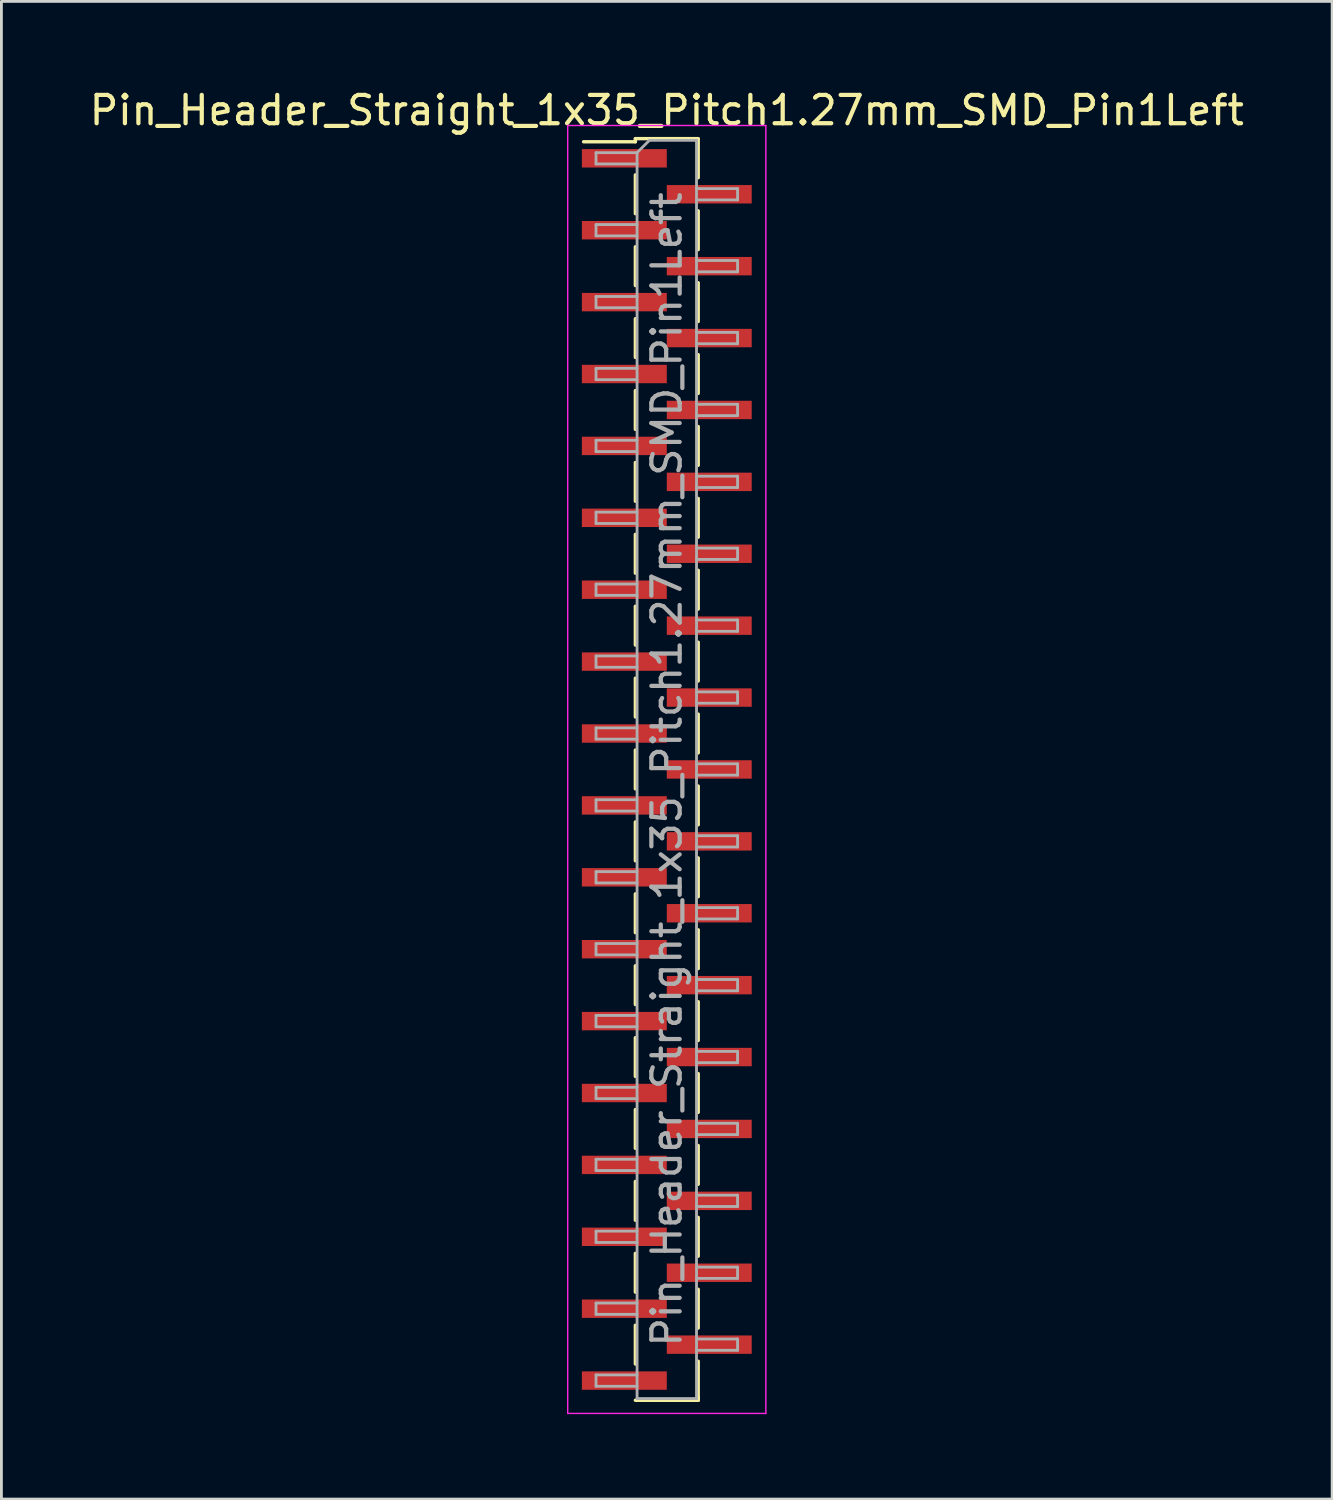
<source format=kicad_pcb>
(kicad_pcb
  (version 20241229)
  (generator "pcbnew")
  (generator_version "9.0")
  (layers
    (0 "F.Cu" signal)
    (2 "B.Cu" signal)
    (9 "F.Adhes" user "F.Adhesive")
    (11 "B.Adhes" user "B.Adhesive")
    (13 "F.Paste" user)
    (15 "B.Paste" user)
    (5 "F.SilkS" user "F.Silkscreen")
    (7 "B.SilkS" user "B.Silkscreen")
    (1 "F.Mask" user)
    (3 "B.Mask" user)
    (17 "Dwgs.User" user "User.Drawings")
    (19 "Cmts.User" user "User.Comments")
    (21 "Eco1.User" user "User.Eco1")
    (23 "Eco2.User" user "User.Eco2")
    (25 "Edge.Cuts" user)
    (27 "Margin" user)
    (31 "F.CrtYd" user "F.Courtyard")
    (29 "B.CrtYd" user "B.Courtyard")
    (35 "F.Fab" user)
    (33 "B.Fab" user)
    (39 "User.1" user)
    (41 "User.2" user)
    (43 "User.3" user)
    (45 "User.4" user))
  (footprint "Pin_Header_Straight_1x35_Pitch1.27mm_SMD_Pin1Left"
    (layer "F.Cu")
    (at 20.506 24.133)
    (property "Reference" "Pin_Header_Straight_1x35_Pitch1.27mm_SMD_Pin1Left" (at 0 -23.285 0) (layer "F.SilkS") (effects (font (size 1 1) (thickness 0.15))))
    (attr smd)
    (fp_line (start -1.11 -22.285) (end -1.11 -22.175) (stroke (width 0.12) (type solid)) (layer "F.SilkS"))
    (fp_line (start -1.11 -22.285) (end 1.11 -22.285) (stroke (width 0.12) (type solid)) (layer "F.SilkS"))
    (fp_line (start -1.11 -22.175) (end -2.94 -22.175) (stroke (width 0.12) (type solid)) (layer "F.SilkS"))
    (fp_line (start -1.11 -21.005) (end -1.11 -19.635) (stroke (width 0.12) (type solid)) (layer "F.SilkS"))
    (fp_line (start -1.11 -18.465) (end -1.11 -17.095) (stroke (width 0.12) (type solid)) (layer "F.SilkS"))
    (fp_line (start -1.11 -15.925) (end -1.11 -14.555) (stroke (width 0.12) (type solid)) (layer "F.SilkS"))
    (fp_line (start -1.11 -13.385) (end -1.11 -12.015) (stroke (width 0.12) (type solid)) (layer "F.SilkS"))
    (fp_line (start -1.11 -10.845) (end -1.11 -9.475) (stroke (width 0.12) (type solid)) (layer "F.SilkS"))
    (fp_line (start -1.11 -8.305) (end -1.11 -6.935) (stroke (width 0.12) (type solid)) (layer "F.SilkS"))
    (fp_line (start -1.11 -5.765) (end -1.11 -4.395) (stroke (width 0.12) (type solid)) (layer "F.SilkS"))
    (fp_line (start -1.11 -3.225) (end -1.11 -1.855) (stroke (width 0.12) (type solid)) (layer "F.SilkS"))
    (fp_line (start -1.11 -0.685) (end -1.11 0.685) (stroke (width 0.12) (type solid)) (layer "F.SilkS"))
    (fp_line (start -1.11 1.855) (end -1.11 3.225) (stroke (width 0.12) (type solid)) (layer "F.SilkS"))
    (fp_line (start -1.11 4.395) (end -1.11 5.765) (stroke (width 0.12) (type solid)) (layer "F.SilkS"))
    (fp_line (start -1.11 6.935) (end -1.11 8.305) (stroke (width 0.12) (type solid)) (layer "F.SilkS"))
    (fp_line (start -1.11 9.475) (end -1.11 10.845) (stroke (width 0.12) (type solid)) (layer "F.SilkS"))
    (fp_line (start -1.11 12.015) (end -1.11 13.385) (stroke (width 0.12) (type solid)) (layer "F.SilkS"))
    (fp_line (start -1.11 14.555) (end -1.11 15.925) (stroke (width 0.12) (type solid)) (layer "F.SilkS"))
    (fp_line (start -1.11 17.095) (end -1.11 18.465) (stroke (width 0.12) (type solid)) (layer "F.SilkS"))
    (fp_line (start -1.11 19.635) (end -1.11 21.005) (stroke (width 0.12) (type solid)) (layer "F.SilkS"))
    (fp_line (start -1.11 22.285) (end 1.11 22.285) (stroke (width 0.12) (type solid)) (layer "F.SilkS"))
    (fp_line (start 1.11 -22.275) (end 1.11 -20.905) (stroke (width 0.12) (type solid)) (layer "F.SilkS"))
    (fp_line (start 1.11 -19.735) (end 1.11 -18.365) (stroke (width 0.12) (type solid)) (layer "F.SilkS"))
    (fp_line (start 1.11 -17.195) (end 1.11 -15.825) (stroke (width 0.12) (type solid)) (layer "F.SilkS"))
    (fp_line (start 1.11 -14.655) (end 1.11 -13.285) (stroke (width 0.12) (type solid)) (layer "F.SilkS"))
    (fp_line (start 1.11 -12.115) (end 1.11 -10.745) (stroke (width 0.12) (type solid)) (layer "F.SilkS"))
    (fp_line (start 1.11 -9.575) (end 1.11 -8.205) (stroke (width 0.12) (type solid)) (layer "F.SilkS"))
    (fp_line (start 1.11 -7.035) (end 1.11 -5.665) (stroke (width 0.12) (type solid)) (layer "F.SilkS"))
    (fp_line (start 1.11 -4.495) (end 1.11 -3.125) (stroke (width 0.12) (type solid)) (layer "F.SilkS"))
    (fp_line (start 1.11 -1.955) (end 1.11 -0.585) (stroke (width 0.12) (type solid)) (layer "F.SilkS"))
    (fp_line (start 1.11 0.585) (end 1.11 1.955) (stroke (width 0.12) (type solid)) (layer "F.SilkS"))
    (fp_line (start 1.11 3.125) (end 1.11 4.495) (stroke (width 0.12) (type solid)) (layer "F.SilkS"))
    (fp_line (start 1.11 5.665) (end 1.11 7.035) (stroke (width 0.12) (type solid)) (layer "F.SilkS"))
    (fp_line (start 1.11 8.205) (end 1.11 9.575) (stroke (width 0.12) (type solid)) (layer "F.SilkS"))
    (fp_line (start 1.11 10.745) (end 1.11 12.115) (stroke (width 0.12) (type solid)) (layer "F.SilkS"))
    (fp_line (start 1.11 13.285) (end 1.11 14.655) (stroke (width 0.12) (type solid)) (layer "F.SilkS"))
    (fp_line (start 1.11 15.825) (end 1.11 17.195) (stroke (width 0.12) (type solid)) (layer "F.SilkS"))
    (fp_line (start 1.11 18.365) (end 1.11 19.735) (stroke (width 0.12) (type solid)) (layer "F.SilkS"))
    (fp_line (start 1.11 20.905) (end 1.11 22.275) (stroke (width 0.12) (type solid)) (layer "F.SilkS"))
    (fp_line (start 1.11 22.175) (end 1.11 22.285) (stroke (width 0.12) (type solid)) (layer "F.SilkS"))
    (fp_line (start -3.5 -22.75) (end -3.5 22.75) (stroke (width 0.05) (type solid)) (layer "F.CrtYd"))
    (fp_line (start -3.5 22.75) (end 3.5 22.75) (stroke (width 0.05) (type solid)) (layer "F.CrtYd"))
    (fp_line (start 3.5 -22.75) (end -3.5 -22.75) (stroke (width 0.05) (type solid)) (layer "F.CrtYd"))
    (fp_line (start 3.5 22.75) (end 3.5 -22.75) (stroke (width 0.05) (type solid)) (layer "F.CrtYd"))
    (fp_line (start -2.5 -21.79) (end -2.5 -21.39) (stroke (width 0.1) (type solid)) (layer "F.Fab"))
    (fp_line (start -2.5 -21.39) (end -1.05 -21.39) (stroke (width 0.1) (type solid)) (layer "F.Fab"))
    (fp_line (start -2.5 -19.25) (end -2.5 -18.85) (stroke (width 0.1) (type solid)) (layer "F.Fab"))
    (fp_line (start -2.5 -18.85) (end -1.05 -18.85) (stroke (width 0.1) (type solid)) (layer "F.Fab"))
    (fp_line (start -2.5 -16.71) (end -2.5 -16.31) (stroke (width 0.1) (type solid)) (layer "F.Fab"))
    (fp_line (start -2.5 -16.31) (end -1.05 -16.31) (stroke (width 0.1) (type solid)) (layer "F.Fab"))
    (fp_line (start -2.5 -14.17) (end -2.5 -13.77) (stroke (width 0.1) (type solid)) (layer "F.Fab"))
    (fp_line (start -2.5 -13.77) (end -1.05 -13.77) (stroke (width 0.1) (type solid)) (layer "F.Fab"))
    (fp_line (start -2.5 -11.63) (end -2.5 -11.23) (stroke (width 0.1) (type solid)) (layer "F.Fab"))
    (fp_line (start -2.5 -11.23) (end -1.05 -11.23) (stroke (width 0.1) (type solid)) (layer "F.Fab"))
    (fp_line (start -2.5 -9.09) (end -2.5 -8.69) (stroke (width 0.1) (type solid)) (layer "F.Fab"))
    (fp_line (start -2.5 -8.69) (end -1.05 -8.69) (stroke (width 0.1) (type solid)) (layer "F.Fab"))
    (fp_line (start -2.5 -6.55) (end -2.5 -6.15) (stroke (width 0.1) (type solid)) (layer "F.Fab"))
    (fp_line (start -2.5 -6.15) (end -1.05 -6.15) (stroke (width 0.1) (type solid)) (layer "F.Fab"))
    (fp_line (start -2.5 -4.01) (end -2.5 -3.61) (stroke (width 0.1) (type solid)) (layer "F.Fab"))
    (fp_line (start -2.5 -3.61) (end -1.05 -3.61) (stroke (width 0.1) (type solid)) (layer "F.Fab"))
    (fp_line (start -2.5 -1.47) (end -2.5 -1.07) (stroke (width 0.1) (type solid)) (layer "F.Fab"))
    (fp_line (start -2.5 -1.07) (end -1.05 -1.07) (stroke (width 0.1) (type solid)) (layer "F.Fab"))
    (fp_line (start -2.5 1.07) (end -2.5 1.47) (stroke (width 0.1) (type solid)) (layer "F.Fab"))
    (fp_line (start -2.5 1.47) (end -1.05 1.47) (stroke (width 0.1) (type solid)) (layer "F.Fab"))
    (fp_line (start -2.5 3.61) (end -2.5 4.01) (stroke (width 0.1) (type solid)) (layer "F.Fab"))
    (fp_line (start -2.5 4.01) (end -1.05 4.01) (stroke (width 0.1) (type solid)) (layer "F.Fab"))
    (fp_line (start -2.5 6.15) (end -2.5 6.55) (stroke (width 0.1) (type solid)) (layer "F.Fab"))
    (fp_line (start -2.5 6.55) (end -1.05 6.55) (stroke (width 0.1) (type solid)) (layer "F.Fab"))
    (fp_line (start -2.5 8.69) (end -2.5 9.09) (stroke (width 0.1) (type solid)) (layer "F.Fab"))
    (fp_line (start -2.5 9.09) (end -1.05 9.09) (stroke (width 0.1) (type solid)) (layer "F.Fab"))
    (fp_line (start -2.5 11.23) (end -2.5 11.63) (stroke (width 0.1) (type solid)) (layer "F.Fab"))
    (fp_line (start -2.5 11.63) (end -1.05 11.63) (stroke (width 0.1) (type solid)) (layer "F.Fab"))
    (fp_line (start -2.5 13.77) (end -2.5 14.17) (stroke (width 0.1) (type solid)) (layer "F.Fab"))
    (fp_line (start -2.5 14.17) (end -1.05 14.17) (stroke (width 0.1) (type solid)) (layer "F.Fab"))
    (fp_line (start -2.5 16.31) (end -2.5 16.71) (stroke (width 0.1) (type solid)) (layer "F.Fab"))
    (fp_line (start -2.5 16.71) (end -1.05 16.71) (stroke (width 0.1) (type solid)) (layer "F.Fab"))
    (fp_line (start -2.5 18.85) (end -2.5 19.25) (stroke (width 0.1) (type solid)) (layer "F.Fab"))
    (fp_line (start -2.5 19.25) (end -1.05 19.25) (stroke (width 0.1) (type solid)) (layer "F.Fab"))
    (fp_line (start -2.5 21.39) (end -2.5 21.79) (stroke (width 0.1) (type solid)) (layer "F.Fab"))
    (fp_line (start -2.5 21.79) (end -1.05 21.79) (stroke (width 0.1) (type solid)) (layer "F.Fab"))
    (fp_line (start -1.05 -21.79) (end -2.5 -21.79) (stroke (width 0.1) (type solid)) (layer "F.Fab"))
    (fp_line (start -1.05 -21.79) (end -0.615 -22.225) (stroke (width 0.1) (type solid)) (layer "F.Fab"))
    (fp_line (start -1.05 -19.25) (end -2.5 -19.25) (stroke (width 0.1) (type solid)) (layer "F.Fab"))
    (fp_line (start -1.05 -16.71) (end -2.5 -16.71) (stroke (width 0.1) (type solid)) (layer "F.Fab"))
    (fp_line (start -1.05 -14.17) (end -2.5 -14.17) (stroke (width 0.1) (type solid)) (layer "F.Fab"))
    (fp_line (start -1.05 -11.63) (end -2.5 -11.63) (stroke (width 0.1) (type solid)) (layer "F.Fab"))
    (fp_line (start -1.05 -9.09) (end -2.5 -9.09) (stroke (width 0.1) (type solid)) (layer "F.Fab"))
    (fp_line (start -1.05 -6.55) (end -2.5 -6.55) (stroke (width 0.1) (type solid)) (layer "F.Fab"))
    (fp_line (start -1.05 -4.01) (end -2.5 -4.01) (stroke (width 0.1) (type solid)) (layer "F.Fab"))
    (fp_line (start -1.05 -1.47) (end -2.5 -1.47) (stroke (width 0.1) (type solid)) (layer "F.Fab"))
    (fp_line (start -1.05 1.07) (end -2.5 1.07) (stroke (width 0.1) (type solid)) (layer "F.Fab"))
    (fp_line (start -1.05 3.61) (end -2.5 3.61) (stroke (width 0.1) (type solid)) (layer "F.Fab"))
    (fp_line (start -1.05 6.15) (end -2.5 6.15) (stroke (width 0.1) (type solid)) (layer "F.Fab"))
    (fp_line (start -1.05 8.69) (end -2.5 8.69) (stroke (width 0.1) (type solid)) (layer "F.Fab"))
    (fp_line (start -1.05 11.23) (end -2.5 11.23) (stroke (width 0.1) (type solid)) (layer "F.Fab"))
    (fp_line (start -1.05 13.77) (end -2.5 13.77) (stroke (width 0.1) (type solid)) (layer "F.Fab"))
    (fp_line (start -1.05 16.31) (end -2.5 16.31) (stroke (width 0.1) (type solid)) (layer "F.Fab"))
    (fp_line (start -1.05 18.85) (end -2.5 18.85) (stroke (width 0.1) (type solid)) (layer "F.Fab"))
    (fp_line (start -1.05 21.39) (end -2.5 21.39) (stroke (width 0.1) (type solid)) (layer "F.Fab"))
    (fp_line (start -1.05 22.225) (end -1.05 -21.79) (stroke (width 0.1) (type solid)) (layer "F.Fab"))
    (fp_line (start -0.615 -22.225) (end 1.05 -22.225) (stroke (width 0.1) (type solid)) (layer "F.Fab"))
    (fp_line (start 1.05 -22.225) (end 1.05 22.225) (stroke (width 0.1) (type solid)) (layer "F.Fab"))
    (fp_line (start 1.05 -20.52) (end 2.5 -20.52) (stroke (width 0.1) (type solid)) (layer "F.Fab"))
    (fp_line (start 1.05 -17.98) (end 2.5 -17.98) (stroke (width 0.1) (type solid)) (layer "F.Fab"))
    (fp_line (start 1.05 -15.44) (end 2.5 -15.44) (stroke (width 0.1) (type solid)) (layer "F.Fab"))
    (fp_line (start 1.05 -12.9) (end 2.5 -12.9) (stroke (width 0.1) (type solid)) (layer "F.Fab"))
    (fp_line (start 1.05 -10.36) (end 2.5 -10.36) (stroke (width 0.1) (type solid)) (layer "F.Fab"))
    (fp_line (start 1.05 -7.82) (end 2.5 -7.82) (stroke (width 0.1) (type solid)) (layer "F.Fab"))
    (fp_line (start 1.05 -5.28) (end 2.5 -5.28) (stroke (width 0.1) (type solid)) (layer "F.Fab"))
    (fp_line (start 1.05 -2.74) (end 2.5 -2.74) (stroke (width 0.1) (type solid)) (layer "F.Fab"))
    (fp_line (start 1.05 -0.2) (end 2.5 -0.2) (stroke (width 0.1) (type solid)) (layer "F.Fab"))
    (fp_line (start 1.05 2.34) (end 2.5 2.34) (stroke (width 0.1) (type solid)) (layer "F.Fab"))
    (fp_line (start 1.05 4.88) (end 2.5 4.88) (stroke (width 0.1) (type solid)) (layer "F.Fab"))
    (fp_line (start 1.05 7.42) (end 2.5 7.42) (stroke (width 0.1) (type solid)) (layer "F.Fab"))
    (fp_line (start 1.05 9.96) (end 2.5 9.96) (stroke (width 0.1) (type solid)) (layer "F.Fab"))
    (fp_line (start 1.05 12.5) (end 2.5 12.5) (stroke (width 0.1) (type solid)) (layer "F.Fab"))
    (fp_line (start 1.05 15.04) (end 2.5 15.04) (stroke (width 0.1) (type solid)) (layer "F.Fab"))
    (fp_line (start 1.05 17.58) (end 2.5 17.58) (stroke (width 0.1) (type solid)) (layer "F.Fab"))
    (fp_line (start 1.05 20.12) (end 2.5 20.12) (stroke (width 0.1) (type solid)) (layer "F.Fab"))
    (fp_line (start 1.05 22.225) (end -1.05 22.225) (stroke (width 0.1) (type solid)) (layer "F.Fab"))
    (fp_line (start 2.5 -20.52) (end 2.5 -20.12) (stroke (width 0.1) (type solid)) (layer "F.Fab"))
    (fp_line (start 2.5 -20.12) (end 1.05 -20.12) (stroke (width 0.1) (type solid)) (layer "F.Fab"))
    (fp_line (start 2.5 -17.98) (end 2.5 -17.58) (stroke (width 0.1) (type solid)) (layer "F.Fab"))
    (fp_line (start 2.5 -17.58) (end 1.05 -17.58) (stroke (width 0.1) (type solid)) (layer "F.Fab"))
    (fp_line (start 2.5 -15.44) (end 2.5 -15.04) (stroke (width 0.1) (type solid)) (layer "F.Fab"))
    (fp_line (start 2.5 -15.04) (end 1.05 -15.04) (stroke (width 0.1) (type solid)) (layer "F.Fab"))
    (fp_line (start 2.5 -12.9) (end 2.5 -12.5) (stroke (width 0.1) (type solid)) (layer "F.Fab"))
    (fp_line (start 2.5 -12.5) (end 1.05 -12.5) (stroke (width 0.1) (type solid)) (layer "F.Fab"))
    (fp_line (start 2.5 -10.36) (end 2.5 -9.96) (stroke (width 0.1) (type solid)) (layer "F.Fab"))
    (fp_line (start 2.5 -9.96) (end 1.05 -9.96) (stroke (width 0.1) (type solid)) (layer "F.Fab"))
    (fp_line (start 2.5 -7.82) (end 2.5 -7.42) (stroke (width 0.1) (type solid)) (layer "F.Fab"))
    (fp_line (start 2.5 -7.42) (end 1.05 -7.42) (stroke (width 0.1) (type solid)) (layer "F.Fab"))
    (fp_line (start 2.5 -5.28) (end 2.5 -4.88) (stroke (width 0.1) (type solid)) (layer "F.Fab"))
    (fp_line (start 2.5 -4.88) (end 1.05 -4.88) (stroke (width 0.1) (type solid)) (layer "F.Fab"))
    (fp_line (start 2.5 -2.74) (end 2.5 -2.34) (stroke (width 0.1) (type solid)) (layer "F.Fab"))
    (fp_line (start 2.5 -2.34) (end 1.05 -2.34) (stroke (width 0.1) (type solid)) (layer "F.Fab"))
    (fp_line (start 2.5 -0.2) (end 2.5 0.2) (stroke (width 0.1) (type solid)) (layer "F.Fab"))
    (fp_line (start 2.5 0.2) (end 1.05 0.2) (stroke (width 0.1) (type solid)) (layer "F.Fab"))
    (fp_line (start 2.5 2.34) (end 2.5 2.74) (stroke (width 0.1) (type solid)) (layer "F.Fab"))
    (fp_line (start 2.5 2.74) (end 1.05 2.74) (stroke (width 0.1) (type solid)) (layer "F.Fab"))
    (fp_line (start 2.5 4.88) (end 2.5 5.28) (stroke (width 0.1) (type solid)) (layer "F.Fab"))
    (fp_line (start 2.5 5.28) (end 1.05 5.28) (stroke (width 0.1) (type solid)) (layer "F.Fab"))
    (fp_line (start 2.5 7.42) (end 2.5 7.82) (stroke (width 0.1) (type solid)) (layer "F.Fab"))
    (fp_line (start 2.5 7.82) (end 1.05 7.82) (stroke (width 0.1) (type solid)) (layer "F.Fab"))
    (fp_line (start 2.5 9.96) (end 2.5 10.36) (stroke (width 0.1) (type solid)) (layer "F.Fab"))
    (fp_line (start 2.5 10.36) (end 1.05 10.36) (stroke (width 0.1) (type solid)) (layer "F.Fab"))
    (fp_line (start 2.5 12.5) (end 2.5 12.9) (stroke (width 0.1) (type solid)) (layer "F.Fab"))
    (fp_line (start 2.5 12.9) (end 1.05 12.9) (stroke (width 0.1) (type solid)) (layer "F.Fab"))
    (fp_line (start 2.5 15.04) (end 2.5 15.44) (stroke (width 0.1) (type solid)) (layer "F.Fab"))
    (fp_line (start 2.5 15.44) (end 1.05 15.44) (stroke (width 0.1) (type solid)) (layer "F.Fab"))
    (fp_line (start 2.5 17.58) (end 2.5 17.98) (stroke (width 0.1) (type solid)) (layer "F.Fab"))
    (fp_line (start 2.5 17.98) (end 1.05 17.98) (stroke (width 0.1) (type solid)) (layer "F.Fab"))
    (fp_line (start 2.5 20.12) (end 2.5 20.52) (stroke (width 0.1) (type solid)) (layer "F.Fab"))
    (fp_line (start 2.5 20.52) (end 1.05 20.52) (stroke (width 0.1) (type solid)) (layer "F.Fab"))
    (fp_text user "${REFERENCE}" (at 0 0 90) (layer "F.Fab") (effects (font (size 1 1) (thickness 0.15))))
    (pad "1" smd rect (at -1.5 -21.59) (size 3 0.65) (layers "F.Cu" "F.Mask" "F.Paste"))
    (pad "2" smd rect (at 1.5 -20.32) (size 3 0.65) (layers "F.Cu" "F.Mask" "F.Paste"))
    (pad "3" smd rect (at -1.5 -19.05) (size 3 0.65) (layers "F.Cu" "F.Mask" "F.Paste"))
    (pad "4" smd rect (at 1.5 -17.78) (size 3 0.65) (layers "F.Cu" "F.Mask" "F.Paste"))
    (pad "5" smd rect (at -1.5 -16.51) (size 3 0.65) (layers "F.Cu" "F.Mask" "F.Paste"))
    (pad "6" smd rect (at 1.5 -15.24) (size 3 0.65) (layers "F.Cu" "F.Mask" "F.Paste"))
    (pad "7" smd rect (at -1.5 -13.97) (size 3 0.65) (layers "F.Cu" "F.Mask" "F.Paste"))
    (pad "8" smd rect (at 1.5 -12.7) (size 3 0.65) (layers "F.Cu" "F.Mask" "F.Paste"))
    (pad "9" smd rect (at -1.5 -11.43) (size 3 0.65) (layers "F.Cu" "F.Mask" "F.Paste"))
    (pad "10" smd rect (at 1.5 -10.16) (size 3 0.65) (layers "F.Cu" "F.Mask" "F.Paste"))
    (pad "11" smd rect (at -1.5 -8.89) (size 3 0.65) (layers "F.Cu" "F.Mask" "F.Paste"))
    (pad "12" smd rect (at 1.5 -7.62) (size 3 0.65) (layers "F.Cu" "F.Mask" "F.Paste"))
    (pad "13" smd rect (at -1.5 -6.35) (size 3 0.65) (layers "F.Cu" "F.Mask" "F.Paste"))
    (pad "14" smd rect (at 1.5 -5.08) (size 3 0.65) (layers "F.Cu" "F.Mask" "F.Paste"))
    (pad "15" smd rect (at -1.5 -3.81) (size 3 0.65) (layers "F.Cu" "F.Mask" "F.Paste"))
    (pad "16" smd rect (at 1.5 -2.54) (size 3 0.65) (layers "F.Cu" "F.Mask" "F.Paste"))
    (pad "17" smd rect (at -1.5 -1.27) (size 3 0.65) (layers "F.Cu" "F.Mask" "F.Paste"))
    (pad "18" smd rect (at 1.5 0) (size 3 0.65) (layers "F.Cu" "F.Mask" "F.Paste"))
    (pad "19" smd rect (at -1.5 1.27) (size 3 0.65) (layers "F.Cu" "F.Mask" "F.Paste"))
    (pad "20" smd rect (at 1.5 2.54) (size 3 0.65) (layers "F.Cu" "F.Mask" "F.Paste"))
    (pad "21" smd rect (at -1.5 3.81) (size 3 0.65) (layers "F.Cu" "F.Mask" "F.Paste"))
    (pad "22" smd rect (at 1.5 5.08) (size 3 0.65) (layers "F.Cu" "F.Mask" "F.Paste"))
    (pad "23" smd rect (at -1.5 6.35) (size 3 0.65) (layers "F.Cu" "F.Mask" "F.Paste"))
    (pad "24" smd rect (at 1.5 7.62) (size 3 0.65) (layers "F.Cu" "F.Mask" "F.Paste"))
    (pad "25" smd rect (at -1.5 8.89) (size 3 0.65) (layers "F.Cu" "F.Mask" "F.Paste"))
    (pad "26" smd rect (at 1.5 10.16) (size 3 0.65) (layers "F.Cu" "F.Mask" "F.Paste"))
    (pad "27" smd rect (at -1.5 11.43) (size 3 0.65) (layers "F.Cu" "F.Mask" "F.Paste"))
    (pad "28" smd rect (at 1.5 12.7) (size 3 0.65) (layers "F.Cu" "F.Mask" "F.Paste"))
    (pad "29" smd rect (at -1.5 13.97) (size 3 0.65) (layers "F.Cu" "F.Mask" "F.Paste"))
    (pad "30" smd rect (at 1.5 15.24) (size 3 0.65) (layers "F.Cu" "F.Mask" "F.Paste"))
    (pad "31" smd rect (at -1.5 16.51) (size 3 0.65) (layers "F.Cu" "F.Mask" "F.Paste"))
    (pad "32" smd rect (at 1.5 17.78) (size 3 0.65) (layers "F.Cu" "F.Mask" "F.Paste"))
    (pad "33" smd rect (at -1.5 19.05) (size 3 0.65) (layers "F.Cu" "F.Mask" "F.Paste"))
    (pad "34" smd rect (at 1.5 20.32) (size 3 0.65) (layers "F.Cu" "F.Mask" "F.Paste"))
    (pad "35" smd rect (at -1.5 21.59) (size 3 0.65) (layers "F.Cu" "F.Mask" "F.Paste")))
  (gr_rect
    (start -3 -3)
    (end 44.012 49.908)
    (stroke (width 0.1) (type default))
    (fill no)
    (layer "Edge.Cuts")))
</source>
